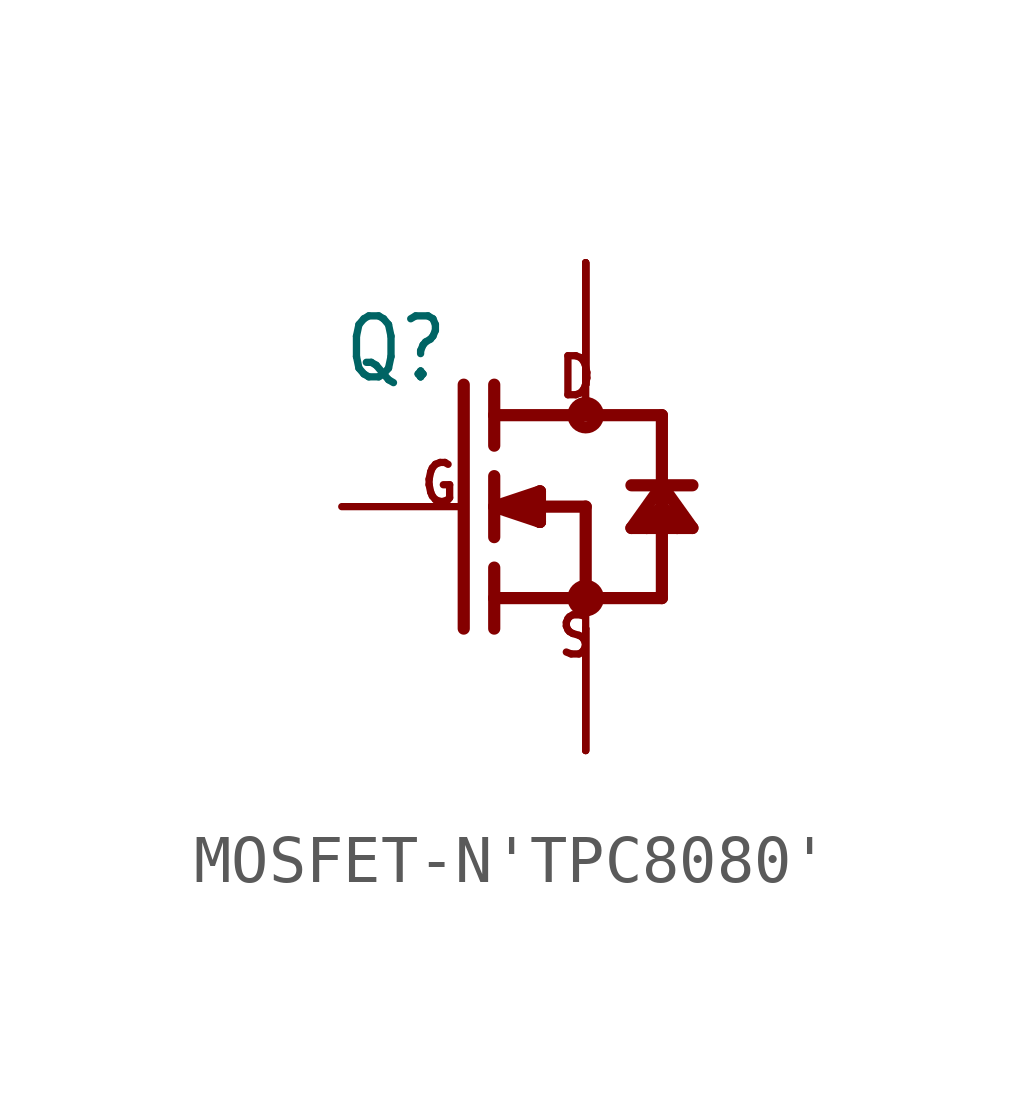
<source format=kicad_sym>
(kicad_symbol_lib
  (version 20241209)
  (generator "kicad_symbol_editor")
  (generator_version "9.0")
  (symbol "MOSFET-N'TPC8080'"
    (property "Reference" "Q"
      (at -5.08 2.54 0)
      (effects (font (size 1.27 1.079)) (justify left bottom)))
    (property "Value" ""
      (at -5.08 1.27 0)
      (effects (font (size 1.27 1.079)) (justify left bottom)))
    (property "ki_locked" ""
      (at 0 0 0)
      (effects (font (size 1.27 1.27))))
    (symbol "MOSFET-N'TPC8080'_1_0"
      (polyline (pts (xy -2.54 2.54) (xy -2.54 -2.54)) (stroke (width 0.254) (type solid)) (fill (type none)))
      (polyline (pts (xy -1.905 2.54) (xy -1.905 1.905)) (stroke (width 0.254) (type solid)) (fill (type none)))
      (polyline (pts (xy -1.905 1.905) (xy -1.905 1.27)) (stroke (width 0.254) (type solid)) (fill (type none)))
      (polyline (pts (xy -1.905 1.905) (xy 0 1.905)) (stroke (width 0.254) (type solid)) (fill (type none)))
      (polyline (pts (xy -1.905 0.635) (xy -1.905 0)) (stroke (width 0.254) (type solid)) (fill (type none)))
      (polyline (pts (xy -1.905 0) (xy -1.905 -0.635)) (stroke (width 0.254) (type solid)) (fill (type none)))
      (polyline (pts (xy -1.905 0) (xy -0.953 0.318)) (stroke (width 0.254) (type solid)) (fill (type none)))
      (polyline (pts (xy -1.905 0) (xy -0.953 -0.318)) (stroke (width 0.254) (type solid)) (fill (type none)))
      (polyline (pts (xy -1.905 -1.905) (xy -1.905 -1.27)) (stroke (width 0.254) (type solid)) (fill (type none)))
      (polyline (pts (xy -1.905 -1.905) (xy 0 -1.905)) (stroke (width 0.254) (type solid)) (fill (type none)))
      (polyline (pts (xy -1.905 -2.54) (xy -1.905 -1.905)) (stroke (width 0.254) (type solid)) (fill (type none)))
      (polyline (pts (xy -1.587 0) (xy -0.953 -0.318)) (stroke (width 0.254) (type solid)) (fill (type none)))
      (polyline (pts (xy -0.953 0.318) (xy -1.587 0)) (stroke (width 0.254) (type solid)) (fill (type none)))
      (polyline (pts (xy -0.953 -0.318) (xy -1.397 0.127)) (stroke (width 0.254) (type solid)) (fill (type none)))
      (polyline (pts (xy -0.953 -0.318) (xy -0.953 0.318)) (stroke (width 0.254) (type solid)) (fill (type none)))
      (polyline (pts (xy 0 2.54) (xy 0 1.905)) (stroke (width 0.152) (type solid)) (fill (type none)))
      (circle (center 0 1.905) (radius 0.254) (stroke (width 0.254) (type solid)) (fill (type none)))
      (polyline (pts (xy 0 1.905) (xy 1.587 1.905)) (stroke (width 0.254) (type solid)) (fill (type none)))
      (polyline (pts (xy 0 0) (xy -1.587 0)) (stroke (width 0.254) (type solid)) (fill (type none)))
      (polyline (pts (xy 0 0) (xy 0 -1.905)) (stroke (width 0.254) (type solid)) (fill (type none)))
      (polyline (pts (xy 0 -1.905) (xy 0 -2.54)) (stroke (width 0.152) (type solid)) (fill (type none)))
      (circle (center 0 -1.905) (radius 0.254) (stroke (width 0.254) (type solid)) (fill (type none)))
      (polyline (pts (xy 0.953 -0.445) (xy 1.587 0.445)) (stroke (width 0.254) (type solid)) (fill (type none)))
      (polyline (pts (xy 1.27 -0.445) (xy 0.953 -0.445)) (stroke (width 0.254) (type solid)) (fill (type none)))
      (polyline (pts (xy 1.587 0.445) (xy 0.953 0.445)) (stroke (width 0.254) (type solid)) (fill (type none)))
      (polyline (pts (xy 1.587 0.445) (xy 1.587 1.905)) (stroke (width 0.254) (type solid)) (fill (type none)))
      (polyline (pts (xy 1.587 0.445) (xy 2.223 -0.445)) (stroke (width 0.254) (type solid)) (fill (type none)))
      (polyline (pts (xy 1.587 0) (xy 1.27 -0.318)) (stroke (width 0.254) (type solid)) (fill (type none)))
      (polyline (pts (xy 1.587 0) (xy 1.27 -0.445)) (stroke (width 0.254) (type solid)) (fill (type none)))
      (polyline (pts (xy 1.587 0) (xy 1.587 0.445)) (stroke (width 0.254) (type solid)) (fill (type none)))
      (polyline (pts (xy 1.587 -1.905) (xy 0 -1.905)) (stroke (width 0.254) (type solid)) (fill (type none)))
      (polyline (pts (xy 1.587 -1.905) (xy 1.587 0)) (stroke (width 0.254) (type solid)) (fill (type none)))
      (polyline (pts (xy 1.905 -0.318) (xy 1.587 0)) (stroke (width 0.254) (type solid)) (fill (type none)))
      (polyline (pts (xy 1.905 -0.445) (xy 1.27 -0.445)) (stroke (width 0.254) (type solid)) (fill (type none)))
      (polyline (pts (xy 1.905 -0.445) (xy 1.587 0)) (stroke (width 0.254) (type solid)) (fill (type none)))
      (polyline (pts (xy 2.223 0.445) (xy 1.587 0.445)) (stroke (width 0.254) (type solid)) (fill (type none)))
      (polyline (pts (xy 2.223 -0.445) (xy 1.905 -0.445)) (stroke (width 0.254) (type solid)) (fill (type none)))
      (text "G" (at -3.493 0 0) (effects (font (size 0.813 0.691)) (justify left bottom)))
      (text "D" (at -0.635 2.223 0) (effects (font (size 0.813 0.691)) (justify left bottom)))
      (text "S" (at -0.635 -3.175 0) (effects (font (size 0.813 0.691)) (justify left bottom)))
      (pin passive line (at -5.08 0 0) (length 2.54) (name "G" (effects (font (size 0 0)))) (number "4" (effects (font (size 0 0)))))
      (pin passive line (at 0 5.08 270) (length 2.54) (name "D" (effects (font (size 0 0)))) (number "5" (effects (font (size 0 0)))))
      (pin passive line (at 0 5.08 270) (length 2.54) (name "D" (effects (font (size 0 0)))) (number "6" (effects (font (size 0 0)))))
      (pin passive line (at 0 5.08 270) (length 2.54) (name "D" (effects (font (size 0 0)))) (number "7" (effects (font (size 0 0)))))
      (pin passive line (at 0 5.08 270) (length 2.54) (name "D" (effects (font (size 0 0)))) (number "8" (effects (font (size 0 0)))))
      (pin passive line (at 0 -5.08 90) (length 2.54) (name "S" (effects (font (size 0 0)))) (number "1" (effects (font (size 0 0)))))
      (pin passive line (at 0 -5.08 90) (length 2.54) (name "S" (effects (font (size 0 0)))) (number "2" (effects (font (size 0 0)))))
      (pin passive line (at 0 -5.08 90) (length 2.54) (name "S" (effects (font (size 0 0)))) (number "3" (effects (font (size 0 0))))))))
</source>
